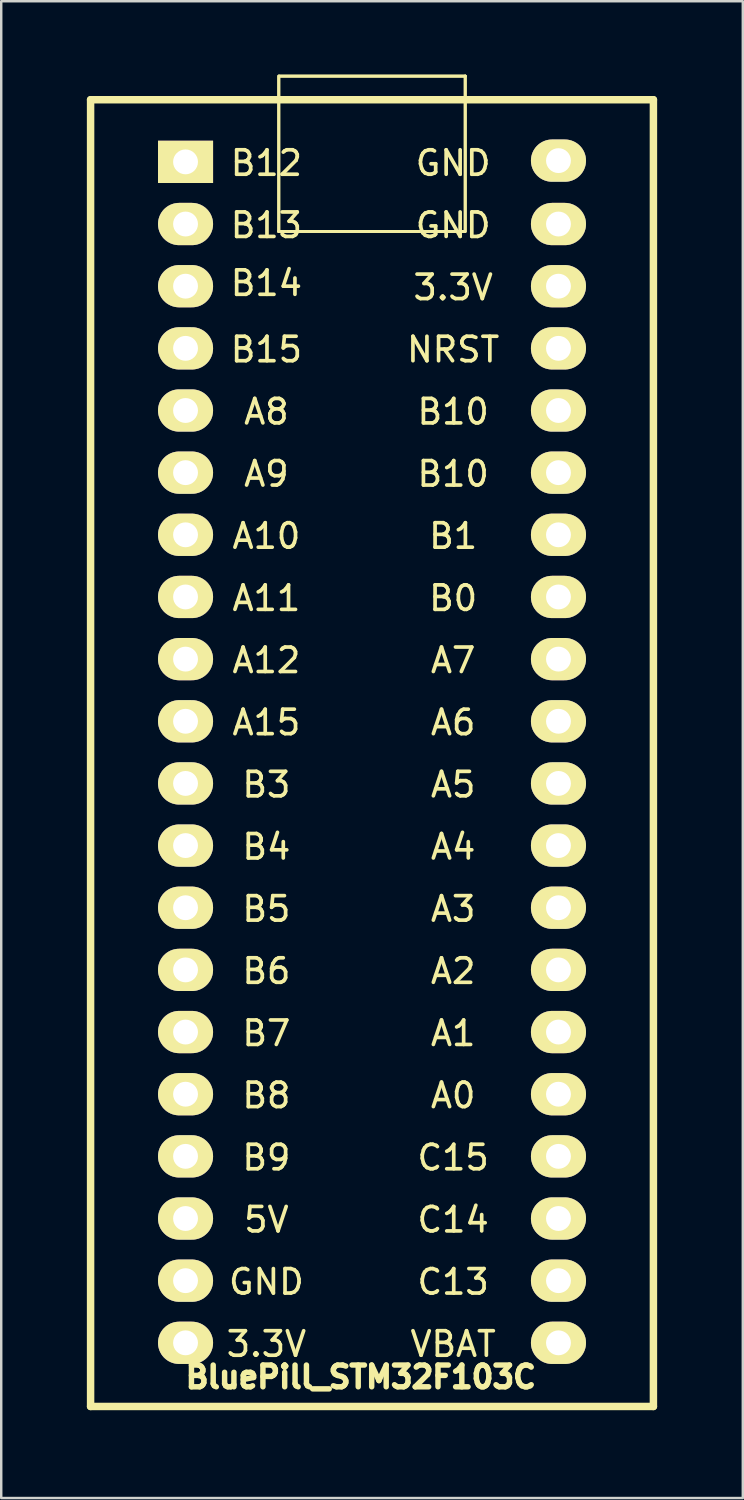
<source format=kicad_pcb>
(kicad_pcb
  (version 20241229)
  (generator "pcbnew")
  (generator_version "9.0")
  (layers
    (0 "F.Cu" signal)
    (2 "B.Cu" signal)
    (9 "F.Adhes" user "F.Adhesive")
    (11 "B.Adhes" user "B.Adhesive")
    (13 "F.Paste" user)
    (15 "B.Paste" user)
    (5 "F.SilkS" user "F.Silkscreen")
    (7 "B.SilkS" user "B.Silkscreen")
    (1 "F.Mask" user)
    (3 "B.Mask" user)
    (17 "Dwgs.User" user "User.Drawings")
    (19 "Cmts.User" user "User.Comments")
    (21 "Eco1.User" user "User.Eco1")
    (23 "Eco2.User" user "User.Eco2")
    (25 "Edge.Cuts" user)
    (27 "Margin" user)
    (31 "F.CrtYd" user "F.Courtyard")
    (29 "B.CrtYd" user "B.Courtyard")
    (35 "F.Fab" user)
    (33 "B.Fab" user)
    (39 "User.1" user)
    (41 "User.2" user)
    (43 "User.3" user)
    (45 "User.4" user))
  (footprint "BluePill_STM32F103C"
    (layer "F.Cu")
    (at 12.032 27.616)
    (property "Reference" "BluePill_STM32F103C" (at -0.337 25.606 180) (layer "F.SilkS") (effects (font (size 0.889 0.889) (thickness 0.305))))
    (attr through_hole)
    (fp_line (start -11.38 -26.59) (end 11.62 -26.59) (stroke (width 0.305) (type solid)) (layer "F.SilkS"))
    (fp_line (start -11.38 26.81) (end -11.38 -26.59) (stroke (width 0.305) (type solid)) (layer "F.SilkS"))
    (fp_line (start -3.69 -21.206) (end -3.69 -27.556) (stroke (width 0.12) (type solid)) (layer "F.SilkS"))
    (fp_line (start -3.69 -21.206) (end -3.69 -27.556) (stroke (width 0.12) (type solid)) (layer "F.SilkS"))
    (fp_line (start -3.69 -21.206) (end 3.905 -21.206) (stroke (width 0.12) (type solid)) (layer "F.SilkS"))
    (fp_line (start -3.69 -21.206) (end 3.905 -21.206) (stroke (width 0.12) (type solid)) (layer "F.SilkS"))
    (fp_line (start -3.665 -27.556) (end 3.93 -27.556) (stroke (width 0.12) (type solid)) (layer "F.SilkS"))
    (fp_line (start -3.665 -27.556) (end 3.93 -27.556) (stroke (width 0.12) (type solid)) (layer "F.SilkS"))
    (fp_line (start 3.93 -21.206) (end 3.93 -27.556) (stroke (width 0.12) (type solid)) (layer "F.SilkS"))
    (fp_line (start 3.93 -21.206) (end 3.93 -27.556) (stroke (width 0.12) (type solid)) (layer "F.SilkS"))
    (fp_line (start 11.62 -26.59) (end 11.62 26.81) (stroke (width 0.305) (type solid)) (layer "F.SilkS"))
    (fp_line (start 11.62 26.81) (end -11.38 26.81) (stroke (width 0.305) (type solid)) (layer "F.SilkS"))
    (fp_line (start -11.88 27.4) (end -11.88 -27.09) (stroke (width 0.305) (type solid)) (layer "Eco1.User"))
    (fp_line (start 12.12 -27.09) (end 12.12 27.4) (stroke (width 0.305) (type solid)) (layer "Eco1.User"))
    (fp_line (start 12.12 27.4) (end -11.88 27.4) (stroke (width 0.305) (type solid)) (layer "Eco1.User"))
    (fp_text user "GND" (at 3.436 -24 0) (layer "F.SilkS") (effects (font (size 1 1) (thickness 0.15))))
    (fp_text user "5V" (at -4.196 19.18 0) (layer "F.SilkS") (effects (font (size 1 1) (thickness 0.15))))
    (fp_text user "C15" (at 3.436 16.64 0) (layer "F.SilkS") (effects (font (size 1 1) (thickness 0.15))))
    (fp_text user "A3" (at 3.436 6.48 0) (layer "F.SilkS") (effects (font (size 1 1) (thickness 0.15))))
    (fp_text user "C14" (at 3.436 19.18 0) (layer "F.SilkS") (effects (font (size 1 1) (thickness 0.15))))
    (fp_text user "A2" (at 3.436 9.02 0) (layer "F.SilkS") (effects (font (size 1 1) (thickness 0.15))))
    (fp_text user "B14" (at -4.196 -19.094 0) (layer "F.SilkS") (effects (font (size 1 1) (thickness 0.15))))
    (fp_text user "B13" (at -4.196 -21.46 0) (layer "F.SilkS") (effects (font (size 1 1) (thickness 0.15))))
    (fp_text user "B1" (at 3.436 -8.76 0) (layer "F.SilkS") (effects (font (size 1 1) (thickness 0.15))))
    (fp_text user "C13" (at 3.436 21.72 0) (layer "F.SilkS") (effects (font (size 1 1) (thickness 0.15))))
    (fp_text user "A1" (at 3.436 11.56 0) (layer "F.SilkS") (effects (font (size 1 1) (thickness 0.15))))
    (fp_text user "B9" (at -4.196 16.64 0) (layer "F.SilkS") (effects (font (size 1 1) (thickness 0.15))))
    (fp_text user "3.3V" (at 3.436 -18.92 0) (layer "F.SilkS") (effects (font (size 1 1) (thickness 0.15))))
    (fp_text user "A11" (at -4.196 -6.22 0) (layer "F.SilkS") (effects (font (size 1 1) (thickness 0.15))))
    (fp_text user "B10" (at 3.436 -13.84 0) (layer "F.SilkS") (effects (font (size 1 1) (thickness 0.15))))
    (fp_text user "A6" (at 3.436 -1.14 0) (layer "F.SilkS") (effects (font (size 1 1) (thickness 0.15))))
    (fp_text user "B8" (at -4.196 14.1 0) (layer "F.SilkS") (effects (font (size 1 1) (thickness 0.15))))
    (fp_text user "B7" (at -4.196 11.56 0) (layer "F.SilkS") (effects (font (size 1 1) (thickness 0.15))))
    (fp_text user "GND" (at -4.196 21.72 0) (layer "F.SilkS") (effects (font (size 1 1) (thickness 0.15))))
    (fp_text user "A10" (at -4.196 -8.76 0) (layer "F.SilkS") (effects (font (size 1 1) (thickness 0.15))))
    (fp_text user "NRST" (at 3.436 -16.38 0) (layer "F.SilkS") (effects (font (size 1 1) (thickness 0.15))))
    (fp_text user "B5" (at -4.196 6.48 0) (layer "F.SilkS") (effects (font (size 1 1) (thickness 0.15))))
    (fp_text user "VBAT" (at 3.436 24.26 0) (layer "F.SilkS") (effects (font (size 1 1) (thickness 0.15))))
    (fp_text user "B10" (at 3.436 -11.3 0) (layer "F.SilkS") (effects (font (size 1 1) (thickness 0.15))))
    (fp_text user "B15" (at -4.196 -16.38 0) (layer "F.SilkS") (effects (font (size 1 1) (thickness 0.15))))
    (fp_text user "B0" (at 3.436 -6.22 0) (layer "F.SilkS") (effects (font (size 1 1) (thickness 0.15))))
    (fp_text user "A9" (at -4.196 -11.3 0) (layer "F.SilkS") (effects (font (size 1 1) (thickness 0.15))))
    (fp_text user "A0" (at 3.436 14.1 0) (layer "F.SilkS") (effects (font (size 1 1) (thickness 0.15))))
    (fp_text user "A4" (at 3.436 3.94 0) (layer "F.SilkS") (effects (font (size 1 1) (thickness 0.15))))
    (fp_text user "B12" (at -4.196 -24 0) (layer "F.SilkS") (effects (font (size 1 1) (thickness 0.15))))
    (fp_text user "A8" (at -4.196 -13.84 0) (layer "F.SilkS") (effects (font (size 1 1) (thickness 0.15))))
    (fp_text user "B3" (at -4.196 1.4 0) (layer "F.SilkS") (effects (font (size 1 1) (thickness 0.15))))
    (fp_text user "A12" (at -4.196 -3.68 0) (layer "F.SilkS") (effects (font (size 1 1) (thickness 0.15))))
    (fp_text user "3.3V" (at -4.196 24.26 0) (layer "F.SilkS") (effects (font (size 1 1) (thickness 0.15))))
    (fp_text user "B4" (at -4.196 3.94 0) (layer "F.SilkS") (effects (font (size 1 1) (thickness 0.15))))
    (fp_text user "GND" (at 3.436 -21.46 0) (layer "F.SilkS") (effects (font (size 1 1) (thickness 0.15))))
    (fp_text user "A5" (at 3.436 1.4 0) (layer "F.SilkS") (effects (font (size 1 1) (thickness 0.15))))
    (fp_text user "B6" (at -4.196 9.02 0) (layer "F.SilkS") (effects (font (size 1 1) (thickness 0.15))))
    (fp_text user "A7" (at 3.436 -3.68 0) (layer "F.SilkS") (effects (font (size 1 1) (thickness 0.15))))
    (fp_text user "A15" (at -4.196 -1.14 0) (layer "F.SilkS") (effects (font (size 1 1) (thickness 0.15))))
    (pad "1" thru_hole rect (at -7.5 -24.051 270) (size 1.727 2.25) (drill 1.016) (layers "*.Cu" "*.Mask" "F.SilkS"))
    (pad "2" thru_hole oval (at -7.5 -21.511 270) (size 1.727 2.25) (drill 1.016) (layers "*.Cu" "*.Mask" "F.SilkS"))
    (pad "3" thru_hole oval (at -7.5 -18.971 270) (size 1.727 2.25) (drill 1.016) (layers "*.Cu" "*.Mask" "F.SilkS"))
    (pad "4" thru_hole oval (at -7.5 -16.431 270) (size 1.727 2.25) (drill 1.016) (layers "*.Cu" "*.Mask" "F.SilkS"))
    (pad "5" thru_hole oval (at -7.5 -13.891 270) (size 1.727 2.25) (drill 1.016) (layers "*.Cu" "*.Mask" "F.SilkS"))
    (pad "6" thru_hole oval (at -7.5 -11.351 270) (size 1.727 2.25) (drill 1.016) (layers "*.Cu" "*.Mask" "F.SilkS"))
    (pad "7" thru_hole oval (at -7.5 -8.811 270) (size 1.727 2.25) (drill 1.016) (layers "*.Cu" "*.Mask" "F.SilkS"))
    (pad "8" thru_hole oval (at -7.5 -6.271 270) (size 1.727 2.25) (drill 1.016) (layers "*.Cu" "*.Mask" "F.SilkS"))
    (pad "9" thru_hole oval (at -7.5 -3.731 270) (size 1.727 2.25) (drill 1.016) (layers "*.Cu" "*.Mask" "F.SilkS"))
    (pad "10" thru_hole oval (at -7.5 -1.191 270) (size 1.727 2.25) (drill 1.016) (layers "*.Cu" "*.Mask" "F.SilkS"))
    (pad "11" thru_hole oval (at -7.5 1.349 270) (size 1.727 2.25) (drill 1.016) (layers "*.Cu" "*.Mask" "F.SilkS"))
    (pad "12" thru_hole oval (at -7.5 3.889 270) (size 1.727 2.25) (drill 1.016) (layers "*.Cu" "*.Mask" "F.SilkS"))
    (pad "13" thru_hole oval (at -7.5 6.429 270) (size 1.727 2.25) (drill 1.016) (layers "*.Cu" "*.Mask" "F.SilkS"))
    (pad "14" thru_hole oval (at -7.5 8.969 270) (size 1.727 2.25) (drill 1.016) (layers "*.Cu" "*.Mask" "F.SilkS"))
    (pad "15" thru_hole oval (at -7.5 11.509 270) (size 1.727 2.25) (drill 1.016) (layers "*.Cu" "*.Mask" "F.SilkS"))
    (pad "16" thru_hole oval (at -7.5 14.049 270) (size 1.727 2.25) (drill 1.016) (layers "*.Cu" "*.Mask" "F.SilkS"))
    (pad "17" thru_hole oval (at -7.5 16.589 270) (size 1.727 2.25) (drill 1.016) (layers "*.Cu" "*.Mask" "F.SilkS"))
    (pad "18" thru_hole oval (at -7.5 19.129 270) (size 1.727 2.25) (drill 1.016) (layers "*.Cu" "*.Mask" "F.SilkS"))
    (pad "19" thru_hole oval (at -7.5 21.669 270) (size 1.727 2.25) (drill 1.016) (layers "*.Cu" "*.Mask" "F.SilkS"))
    (pad "20" thru_hole oval (at -7.5 24.209 270) (size 1.727 2.25) (drill 1.016) (layers "*.Cu" "*.Mask" "F.SilkS"))
    (pad "21" thru_hole oval (at 7.74 24.209 90) (size 1.727 2.25) (drill 1.016) (layers "*.Cu" "*.Mask" "F.SilkS"))
    (pad "22" thru_hole oval (at 7.74 21.669 90) (size 1.727 2.25) (drill 1.016) (layers "*.Cu" "*.Mask" "F.SilkS"))
    (pad "23" thru_hole oval (at 7.74 19.129 90) (size 1.727 2.25) (drill 1.016) (layers "*.Cu" "*.Mask" "F.SilkS"))
    (pad "24" thru_hole oval (at 7.74 16.589 90) (size 1.727 2.25) (drill 1.016) (layers "*.Cu" "*.Mask" "F.SilkS"))
    (pad "25" thru_hole oval (at 7.74 14.049 90) (size 1.727 2.25) (drill 1.016) (layers "*.Cu" "*.Mask" "F.SilkS"))
    (pad "26" thru_hole oval (at 7.74 11.509 90) (size 1.727 2.25) (drill 1.016) (layers "*.Cu" "*.Mask" "F.SilkS"))
    (pad "27" thru_hole oval (at 7.74 8.969 90) (size 1.727 2.25) (drill 1.016) (layers "*.Cu" "*.Mask" "F.SilkS"))
    (pad "28" thru_hole oval (at 7.74 6.429 90) (size 1.727 2.25) (drill 1.016) (layers "*.Cu" "*.Mask" "F.SilkS"))
    (pad "29" thru_hole oval (at 7.74 3.889 90) (size 1.727 2.25) (drill 1.016) (layers "*.Cu" "*.Mask" "F.SilkS"))
    (pad "30" thru_hole oval (at 7.74 1.349 90) (size 1.727 2.25) (drill 1.016) (layers "*.Cu" "*.Mask" "F.SilkS"))
    (pad "31" thru_hole oval (at 7.74 -1.191 90) (size 1.727 2.25) (drill 1.016) (layers "*.Cu" "*.Mask" "F.SilkS"))
    (pad "32" thru_hole oval (at 7.74 -3.731 90) (size 1.727 2.25) (drill 1.016) (layers "*.Cu" "*.Mask" "F.SilkS"))
    (pad "33" thru_hole oval (at 7.74 -6.271 90) (size 1.727 2.25) (drill 1.016) (layers "*.Cu" "*.Mask" "F.SilkS"))
    (pad "34" thru_hole oval (at 7.74 -8.811 90) (size 1.727 2.25) (drill 1.016) (layers "*.Cu" "*.Mask" "F.SilkS"))
    (pad "35" thru_hole oval (at 7.74 -11.351 90) (size 1.727 2.25) (drill 1.016) (layers "*.Cu" "*.Mask" "F.SilkS"))
    (pad "36" thru_hole oval (at 7.74 -13.891 90) (size 1.727 2.25) (drill 1.016) (layers "*.Cu" "*.Mask" "F.SilkS"))
    (pad "37" thru_hole oval (at 7.74 -16.431 90) (size 1.727 2.25) (drill 1.016) (layers "*.Cu" "*.Mask" "F.SilkS"))
    (pad "38" thru_hole oval (at 7.74 -18.971 90) (size 1.727 2.25) (drill 1.016) (layers "*.Cu" "*.Mask" "F.SilkS"))
    (pad "39" thru_hole oval (at 7.74 -21.511 90) (size 1.727 2.25) (drill 1.016) (layers "*.Cu" "*.Mask" "F.SilkS"))
    (pad "40" thru_hole oval (at 7.74 -24.102 90) (size 1.727 2.25) (drill 1.016) (layers "*.Cu" "*.Mask" "F.SilkS")))
  (gr_rect
    (start -3 -3)
    (end 27.305 58.168)
    (stroke (width 0.1) (type default))
    (fill no)
    (layer "Edge.Cuts")))
</source>
